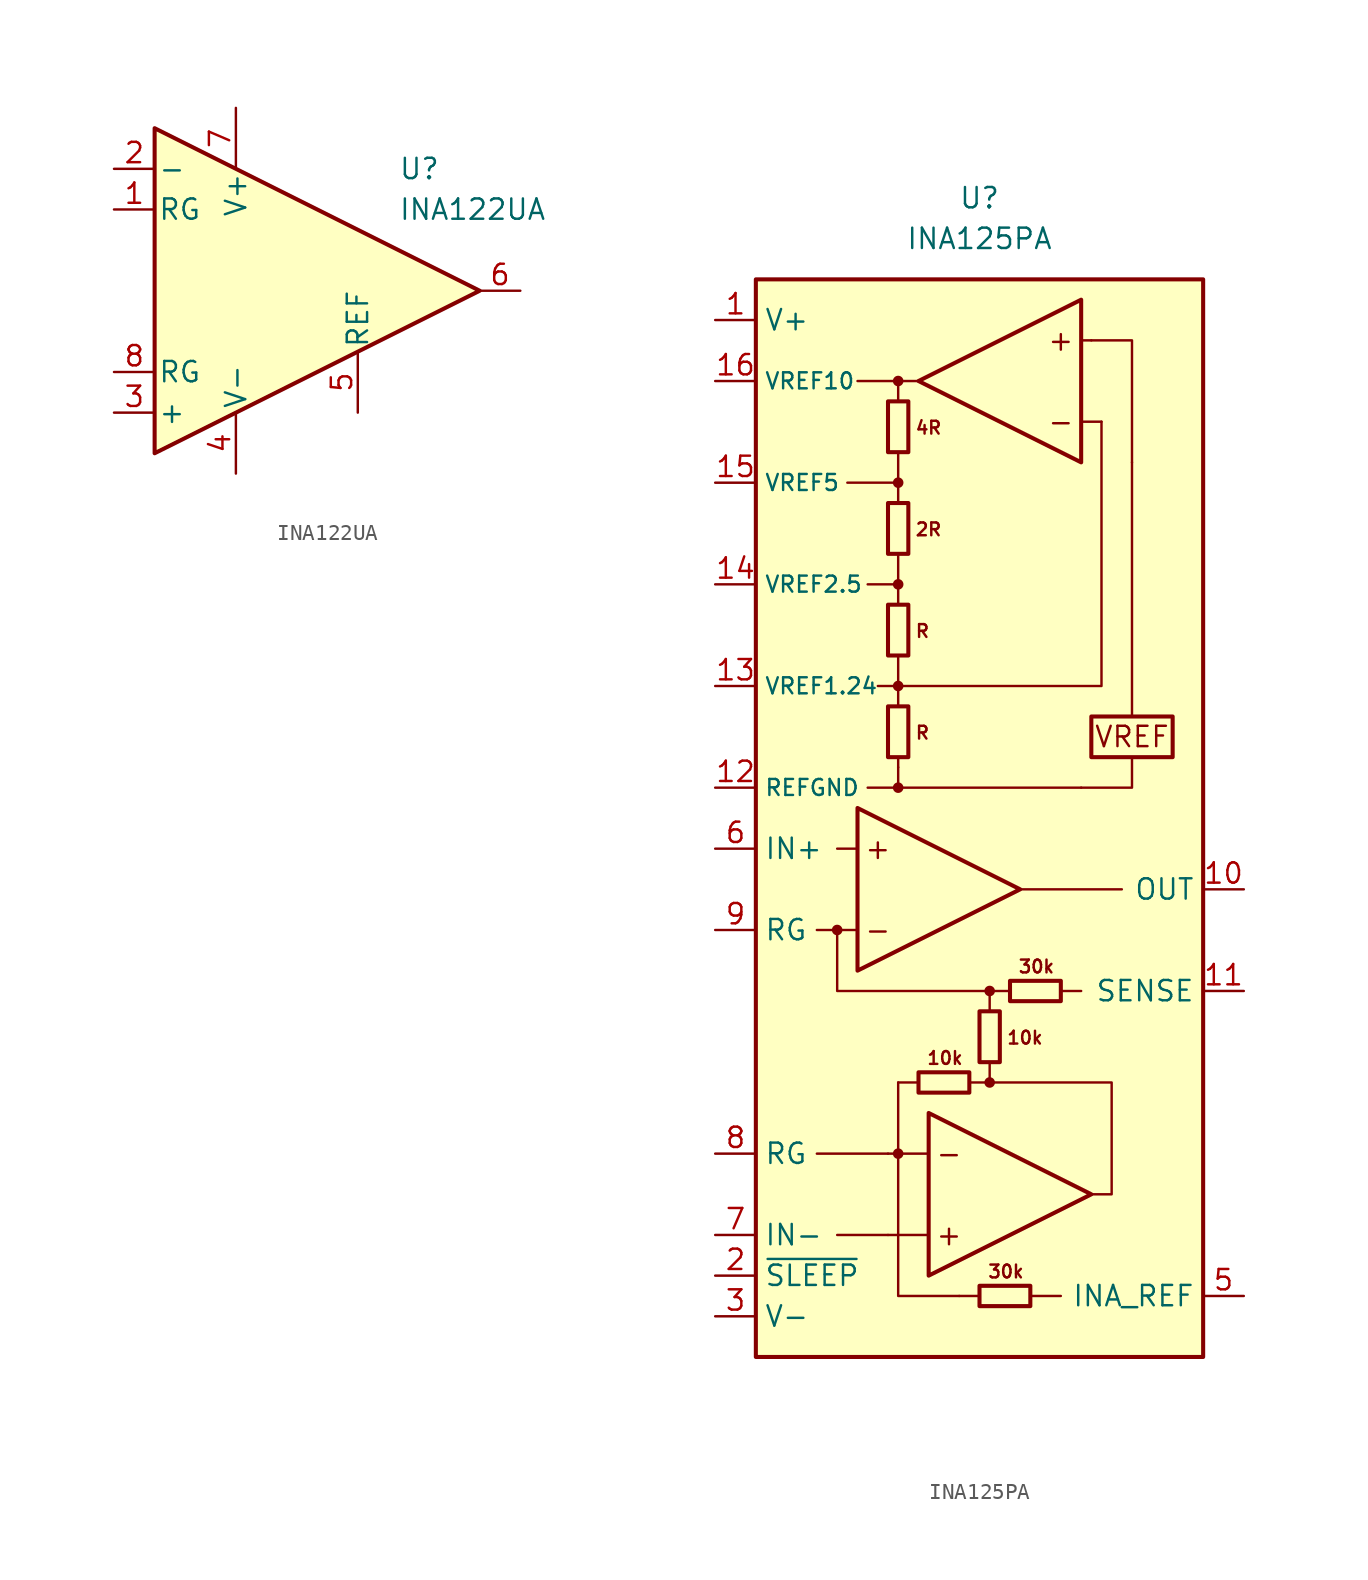
<source format=kicad_sym>
(kicad_symbol_lib
  (version 20211014)
  (generator kicad_symbol_editor)
  (symbol "INA122UA"
    (pin_names
      (offset 0.2))
    (property "Reference" "U"
      (at 6.35 7.62 0)
      (effects (font (size 1.27 1.27)) (justify left)))
    (property "Value" "INA122UA"
      (at 6.35 5.08 0)
      (effects (font (size 1.27 1.27)) (justify left)))
    (symbol "INA122UA_0_1"
      (polyline (pts (xy -8.89 10.16) (xy -8.89 -10.16) (xy 11.43 0) (xy -8.89 10.16)) (stroke (width 0.254) (type default) (color 0 0 0 0)) (fill (type background))))
    (symbol "INA122UA_1_1"
      (pin passive line (at -11.43 5.08 0) (length 2.54) (name "RG" (effects (font (size 1.27 1.27)))) (number "1" (effects (font (size 1.27 1.27)))))
      (pin input line (at -11.43 7.62 0) (length 2.54) (name "-" (effects (font (size 1.27 1.27)))) (number "2" (effects (font (size 1.27 1.27)))))
      (pin input line (at -11.43 -7.62 0) (length 2.54) (name "+" (effects (font (size 1.27 1.27)))) (number "3" (effects (font (size 1.27 1.27)))))
      (pin power_in line (at -3.81 -11.43 90) (length 3.81) (name "V-" (effects (font (size 1.27 1.27)))) (number "4" (effects (font (size 1.27 1.27)))))
      (pin input line (at 3.81 -7.62 90) (length 3.81) (name "REF" (effects (font (size 1.27 1.27)))) (number "5" (effects (font (size 1.27 1.27)))))
      (pin output line (at 13.97 0 180) (length 2.54) (name "~" (effects (font (size 1.27 1.27)))) (number "6" (effects (font (size 1.27 1.27)))))
      (pin power_in line (at -3.81 11.43 270) (length 3.81) (name "V+" (effects (font (size 1.27 1.27)))) (number "7" (effects (font (size 1.27 1.27)))))
      (pin passive line (at -11.43 -5.08 0) (length 2.54) (name "RG" (effects (font (size 1.27 1.27)))) (number "8" (effects (font (size 1.27 1.27)))))))
  (symbol "INA125PA"
    (property "Reference" "U"
      (at 0 36.83 0)
      (effects (font (size 1.27 1.27))))
    (property "Value" "INA125PA"
      (at 0 34.29 0)
      (effects (font (size 1.27 1.27))))
    (symbol "INA125PA_0_0"
      (circle (center -8.89 -8.89) (radius 0.254) (stroke (width 0.152) (type default) (color 0 0 0 0)) (fill (type outline)))
      (circle (center -5.08 -22.86) (radius 0.254) (stroke (width 0.152) (type default) (color 0 0 0 0)) (fill (type outline)))
      (circle (center -5.08 0) (radius 0.254) (stroke (width 0.152) (type default) (color 0 0 0 0)) (fill (type outline)))
      (circle (center -5.08 6.35) (radius 0.254) (stroke (width 0.152) (type default) (color 0 0 0 0)) (fill (type outline)))
      (circle (center -5.08 12.7) (radius 0.254) (stroke (width 0.152) (type default) (color 0 0 0 0)) (fill (type outline)))
      (circle (center -5.08 19.05) (radius 0.254) (stroke (width 0.152) (type default) (color 0 0 0 0)) (fill (type outline)))
      (circle (center -5.08 25.4) (radius 0.254) (stroke (width 0.152) (type default) (color 0 0 0 0)) (fill (type outline)))
      (polyline (pts (xy -5.08 0) (xy 6.35 0)) (stroke (width 0.152) (type default) (color 0 0 0 0)) (fill (type none)))
      (polyline (pts (xy -5.08 1.27) (xy -5.08 0)) (stroke (width 0.152) (type default) (color 0 0 0 0)) (fill (type none)))
      (polyline (pts (xy -5.08 1.905) (xy -5.08 1.27)) (stroke (width 0.152) (type default) (color 0 0 0 0)) (fill (type none)))
      (polyline (pts (xy -5.08 6.35) (xy -5.08 5.08)) (stroke (width 0.152) (type default) (color 0 0 0 0)) (fill (type none)))
      (polyline (pts (xy -5.08 8.255) (xy -5.08 6.35)) (stroke (width 0.152) (type default) (color 0 0 0 0)) (fill (type none)))
      (polyline (pts (xy -5.08 12.7) (xy -5.08 11.43)) (stroke (width 0.152) (type default) (color 0 0 0 0)) (fill (type none)))
      (polyline (pts (xy -5.08 14.605) (xy -5.08 12.7)) (stroke (width 0.152) (type default) (color 0 0 0 0)) (fill (type none)))
      (polyline (pts (xy -5.08 19.05) (xy -5.08 17.78)) (stroke (width 0.152) (type default) (color 0 0 0 0)) (fill (type none)))
      (polyline (pts (xy -5.08 20.955) (xy -5.08 19.05)) (stroke (width 0.152) (type default) (color 0 0 0 0)) (fill (type none)))
      (polyline (pts (xy -3.81 -18.415) (xy -5.08 -18.415)) (stroke (width 0.152) (type default) (color 0 0 0 0)) (fill (type none)))
      (polyline (pts (xy -3.175 -27.94) (xy -5.715 -27.94)) (stroke (width 0.152) (type default) (color 0 0 0 0)) (fill (type none)))
      (polyline (pts (xy -3.175 -22.86) (xy -5.715 -22.86)) (stroke (width 0.152) (type default) (color 0 0 0 0)) (fill (type none)))
      (polyline (pts (xy 0 -31.75) (xy -1.27 -31.75)) (stroke (width 0.152) (type default) (color 0 0 0 0)) (fill (type none)))
      (polyline (pts (xy 1.905 -12.7) (xy 0.635 -12.7)) (stroke (width 0.152) (type default) (color 0 0 0 0)) (fill (type none)))
      (polyline (pts (xy 6.35 22.86) (xy 7.62 22.86)) (stroke (width 0.152) (type default) (color 0 0 0 0)) (fill (type none)))
      (polyline (pts (xy 6.35 27.94) (xy 6.985 27.94)) (stroke (width 0.152) (type default) (color 0 0 0 0)) (fill (type none)))
      (polyline (pts (xy 9.525 4.445) (xy 9.525 20.32)) (stroke (width 0.152) (type default) (color 0 0 0 0)) (fill (type none)))
      (polyline (pts (xy 9.525 1.905) (xy 9.525 0) (xy 6.35 0)) (stroke (width 0.152) (type default) (color 0 0 0 0)) (fill (type none)))
      (circle (center 0.635 -18.415) (radius 0.254) (stroke (width 0.152) (type default) (color 0 0 0 0)) (fill (type outline)))
      (circle (center 0.635 -12.7) (radius 0.254) (stroke (width 0.152) (type default) (color 0 0 0 0)) (fill (type outline)))
      (rectangle (start 6.985 4.445) (end 12.065 1.905) (stroke (width 0.254) (type default) (color 0 0 0 0)) (fill (type none)))
      (text "+" (at -6.35 -3.81 0) (effects (font (size 1.27 1.27))))
      (text "+" (at -1.905 -27.94 0) (effects (font (size 1.27 1.27))))
      (text "+" (at 5.08 27.94 0) (effects (font (size 1.27 1.27))))
      (text "-" (at -6.35 -8.89 0) (effects (font (size 1.27 1.27))))
      (text "-" (at -1.905 -22.86 0) (effects (font (size 1.27 1.27))))
      (text "-" (at 5.08 22.86 0) (effects (font (size 1.27 1.27))))
      (text "10k" (at -2.159 -16.891 0) (effects (font (size 0.8 0.8))))
      (text "10k" (at 1.651 -15.621 0) (effects (font (size 0.8 0.8)) (justify left)))
      (text "2R" (at -4.064 16.129 0) (effects (font (size 0.8 0.8)) (justify left)))
      (text "30k" (at 1.651 -30.226 0) (effects (font (size 0.8 0.8))))
      (text "30k" (at 3.556 -11.176 0) (effects (font (size 0.8 0.8))))
      (text "4R" (at -4.064 22.479 0) (effects (font (size 0.8 0.8)) (justify left)))
      (text "R" (at -4.064 3.429 0) (effects (font (size 0.8 0.8)) (justify left)))
      (text "R" (at -4.064 9.779 0) (effects (font (size 0.8 0.8)) (justify left)))
      (text "VREF" (at 9.525 3.175 0) (effects (font (size 1.27 1.27)))))
    (symbol "INA125PA_0_1"
      (rectangle (start -13.97 31.75) (end 13.97 -35.56) (stroke (width 0.254) (type default) (color 0 0 0 0)) (fill (type background)))
      (rectangle (start -5.715 1.905) (end -4.445 5.08) (stroke (width 0.254) (type default) (color 0 0 0 0)) (fill (type none)))
      (rectangle (start -5.715 8.255) (end -4.445 11.43) (stroke (width 0.254) (type default) (color 0 0 0 0)) (fill (type none)))
      (rectangle (start -5.715 14.605) (end -4.445 17.78) (stroke (width 0.254) (type default) (color 0 0 0 0)) (fill (type none)))
      (rectangle (start -5.715 20.955) (end -4.445 24.13) (stroke (width 0.254) (type default) (color 0 0 0 0)) (fill (type none)))
      (rectangle (start -3.81 -17.78) (end -0.635 -19.05) (stroke (width 0.254) (type default) (color 0 0 0 0)) (fill (type none)))
      (rectangle (start 0 -31.115) (end 3.175 -32.385) (stroke (width 0.254) (type default) (color 0 0 0 0)) (fill (type none)))
      (rectangle (start 0 -17.145) (end 1.27 -13.97) (stroke (width 0.254) (type default) (color 0 0 0 0)) (fill (type none)))
      (polyline (pts (xy -8.89 -27.94) (xy -5.715 -27.94)) (stroke (width 0.152) (type default) (color 0 0 0 0)) (fill (type none)))
      (polyline (pts (xy -7.62 -8.89) (xy -10.16 -8.89)) (stroke (width 0.152) (type default) (color 0 0 0 0)) (fill (type none)))
      (polyline (pts (xy -7.62 -3.81) (xy -8.89 -3.81)) (stroke (width 0.152) (type default) (color 0 0 0 0)) (fill (type none)))
      (polyline (pts (xy -5.715 -22.86) (xy -10.16 -22.86)) (stroke (width 0.152) (type default) (color 0 0 0 0)) (fill (type none)))
      (polyline (pts (xy -5.08 -18.415) (xy -5.08 -22.86)) (stroke (width 0.152) (type default) (color 0 0 0 0)) (fill (type none)))
      (polyline (pts (xy -5.08 0) (xy -6.985 0)) (stroke (width 0.152) (type default) (color 0 0 0 0)) (fill (type none)))
      (polyline (pts (xy -5.08 6.35) (xy -6.35 6.35)) (stroke (width 0.152) (type default) (color 0 0 0 0)) (fill (type none)))
      (polyline (pts (xy -5.08 12.7) (xy -6.985 12.7)) (stroke (width 0.152) (type default) (color 0 0 0 0)) (fill (type none)))
      (polyline (pts (xy -5.08 19.05) (xy -8.255 19.05)) (stroke (width 0.152) (type default) (color 0 0 0 0)) (fill (type none)))
      (polyline (pts (xy -5.08 25.4) (xy -7.62 25.4)) (stroke (width 0.152) (type default) (color 0 0 0 0)) (fill (type none)))
      (polyline (pts (xy 0.635 -13.97) (xy 0.635 -12.7)) (stroke (width 0.152) (type default) (color 0 0 0 0)) (fill (type none)))
      (polyline (pts (xy 2.54 -6.35) (xy 8.89 -6.35)) (stroke (width 0.152) (type default) (color 0 0 0 0)) (fill (type none)))
      (polyline (pts (xy 3.175 -31.75) (xy 5.08 -31.75)) (stroke (width 0.152) (type default) (color 0 0 0 0)) (fill (type none)))
      (polyline (pts (xy 5.08 -12.7) (xy 6.35 -12.7)) (stroke (width 0.152) (type default) (color 0 0 0 0)) (fill (type none)))
      (polyline (pts (xy -8.89 -8.89) (xy -8.89 -12.7) (xy 0.635 -12.7)) (stroke (width 0.152) (type default) (color 0 0 0 0)) (fill (type none)))
      (polyline (pts (xy -5.08 -22.86) (xy -5.08 -31.75) (xy -1.27 -31.75)) (stroke (width 0.152) (type default) (color 0 0 0 0)) (fill (type none)))
      (polyline (pts (xy -5.08 24.13) (xy -5.08 25.4) (xy -3.81 25.4)) (stroke (width 0.152) (type default) (color 0 0 0 0)) (fill (type none)))
      (polyline (pts (xy 0.635 -17.145) (xy 0.635 -18.415) (xy -0.635 -18.415)) (stroke (width 0.152) (type default) (color 0 0 0 0)) (fill (type none)))
      (polyline (pts (xy 6.985 27.94) (xy 9.525 27.94) (xy 9.525 20.32)) (stroke (width 0.152) (type default) (color 0 0 0 0)) (fill (type none)))
      (polyline (pts (xy 7.62 22.86) (xy 7.62 6.35) (xy -5.08 6.35)) (stroke (width 0.152) (type default) (color 0 0 0 0)) (fill (type none)))
      (polyline (pts (xy -7.62 -1.27) (xy -7.62 -11.43) (xy 2.54 -6.35) (xy -7.62 -1.27)) (stroke (width 0.254) (type default) (color 0 0 0 0)) (fill (type none)))
      (polyline (pts (xy -3.175 -20.32) (xy -3.175 -30.48) (xy 6.985 -25.4) (xy -3.175 -20.32)) (stroke (width 0.254) (type default) (color 0 0 0 0)) (fill (type none)))
      (polyline (pts (xy 0.635 -18.415) (xy 8.255 -18.415) (xy 8.255 -25.4) (xy 6.985 -25.4)) (stroke (width 0.152) (type default) (color 0 0 0 0)) (fill (type none)))
      (polyline (pts (xy 6.35 20.32) (xy 6.35 30.48) (xy -3.81 25.4) (xy 6.35 20.32)) (stroke (width 0.254) (type default) (color 0 0 0 0)) (fill (type none)))
      (rectangle (start 1.905 -12.065) (end 5.08 -13.335) (stroke (width 0.254) (type default) (color 0 0 0 0)) (fill (type none))))
    (symbol "INA125PA_1_1"
      (pin power_in line (at -16.51 29.21 0) (length 2.54) (name "V+" (effects (font (size 1.27 1.27)))) (number "1" (effects (font (size 1.27 1.27)))))
      (pin output line (at 16.51 -6.35 180) (length 2.54) (name "OUT" (effects (font (size 1.27 1.27)))) (number "10" (effects (font (size 1.27 1.27)))))
      (pin input line (at 16.51 -12.7 180) (length 2.54) (name "SENSE" (effects (font (size 1.27 1.27)))) (number "11" (effects (font (size 1.27 1.27)))))
      (pin power_in line (at -16.51 0 0) (length 2.54) (name "REFGND" (effects (font (size 1 1)))) (number "12" (effects (font (size 1.27 1.27)))))
      (pin passive line (at -16.51 6.35 0) (length 2.54) (name "VREF1.24" (effects (font (size 1 1)))) (number "13" (effects (font (size 1.27 1.27)))))
      (pin passive line (at -16.51 12.7 0) (length 2.54) (name "VREF2.5" (effects (font (size 1 1)))) (number "14" (effects (font (size 1.27 1.27)))))
      (pin passive line (at -16.51 19.05 0) (length 2.54) (name "VREF5" (effects (font (size 1 1)))) (number "15" (effects (font (size 1.27 1.27)))))
      (pin passive line (at -16.51 25.4 0) (length 2.54) (name "VREF10" (effects (font (size 1 1)))) (number "16" (effects (font (size 1.27 1.27)))))
      (pin input line (at -16.51 -30.48 0) (length 2.54) (name "~{SLEEP}" (effects (font (size 1.27 1.27)))) (number "2" (effects (font (size 1.27 1.27)))))
      (pin power_in line (at -16.51 -33.02 0) (length 2.54) (name "V-" (effects (font (size 1.27 1.27)))) (number "3" (effects (font (size 1.27 1.27)))))
      (pin input line (at 16.51 -31.75 180) (length 2.54) (name "INA_REF" (effects (font (size 1.27 1.27)))) (number "5" (effects (font (size 1.27 1.27)))))
      (pin input line (at -16.51 -3.81 0) (length 2.54) (name "IN+" (effects (font (size 1.27 1.27)))) (number "6" (effects (font (size 1.27 1.27)))))
      (pin input line (at -16.51 -27.94 0) (length 2.54) (name "IN-" (effects (font (size 1.27 1.27)))) (number "7" (effects (font (size 1.27 1.27)))))
      (pin passive line (at -16.51 -22.86 0) (length 2.54) (name "RG" (effects (font (size 1.27 1.27)))) (number "8" (effects (font (size 1.27 1.27)))))
      (pin passive line (at -16.51 -8.89 0) (length 2.54) (name "RG" (effects (font (size 1.27 1.27)))) (number "9" (effects (font (size 1.27 1.27))))))))
</source>
